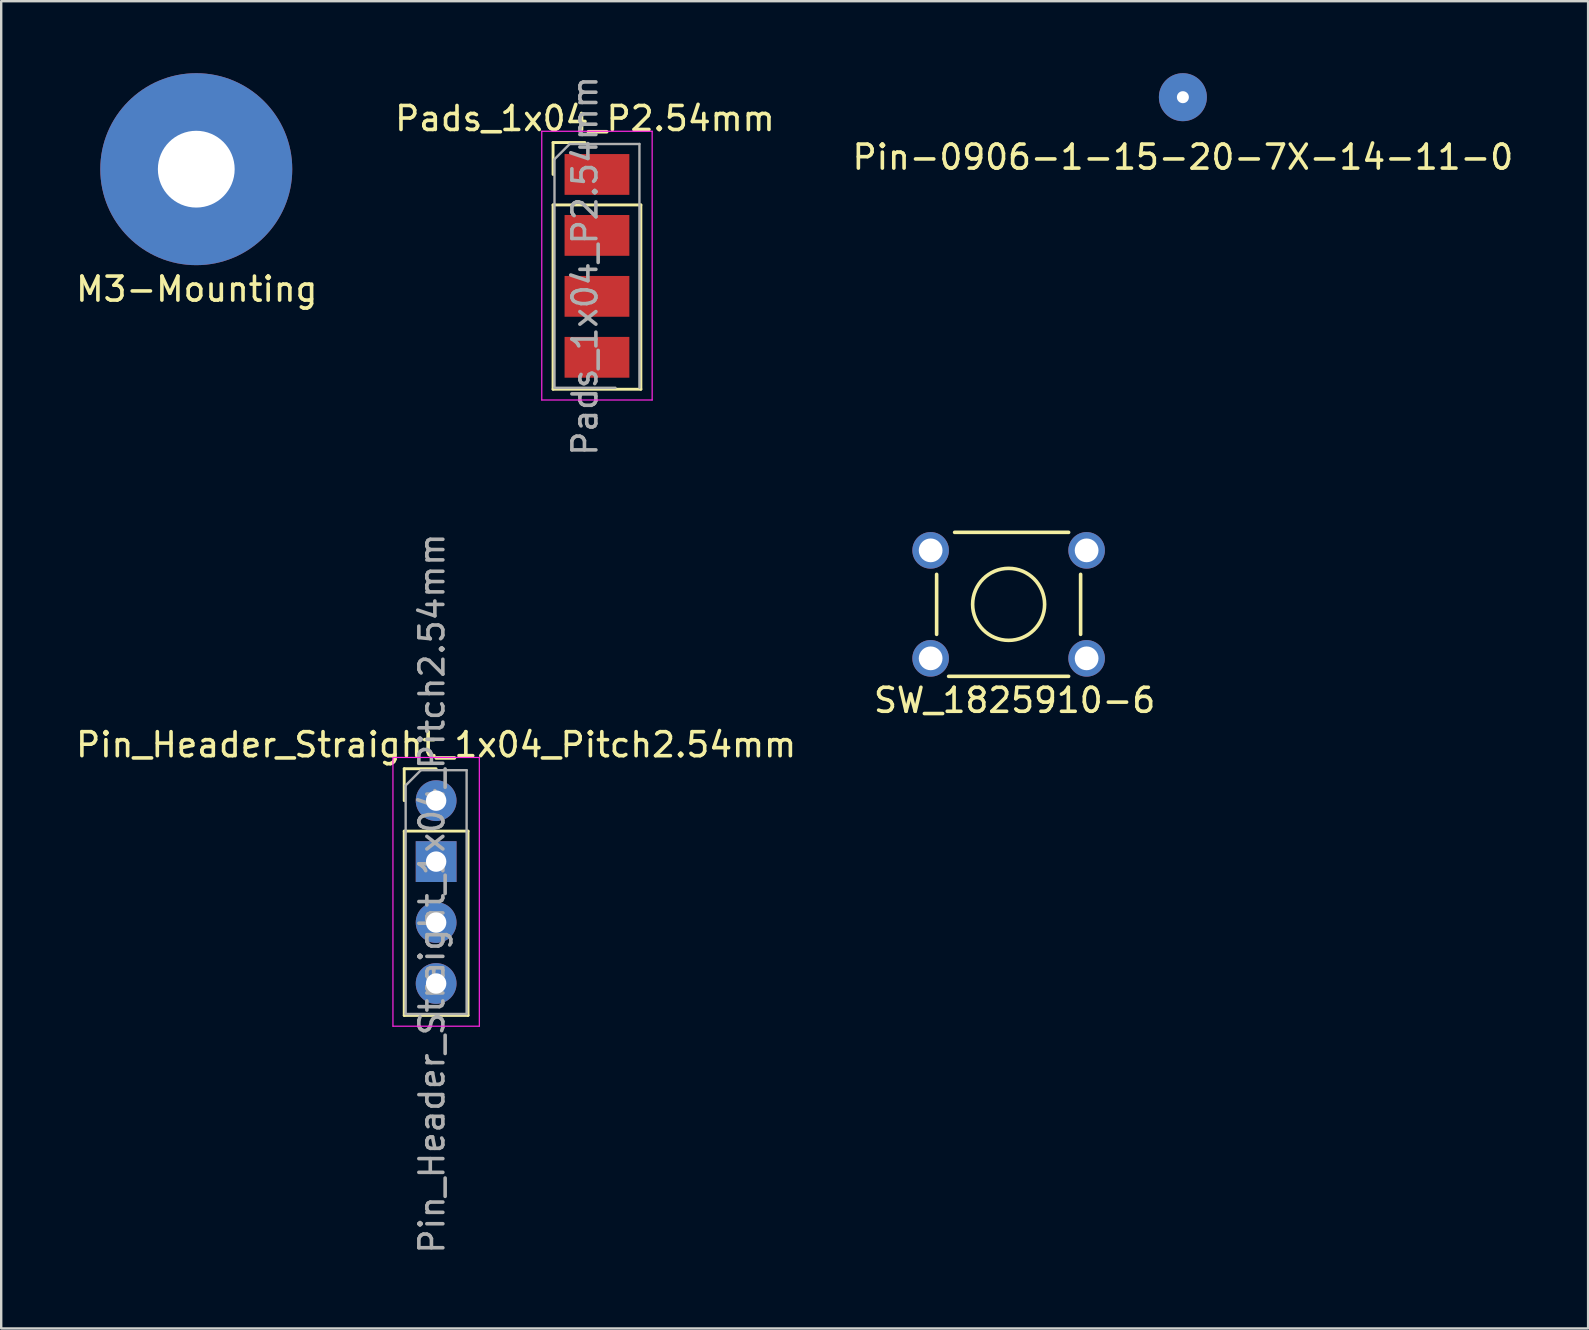
<source format=kicad_pcb>
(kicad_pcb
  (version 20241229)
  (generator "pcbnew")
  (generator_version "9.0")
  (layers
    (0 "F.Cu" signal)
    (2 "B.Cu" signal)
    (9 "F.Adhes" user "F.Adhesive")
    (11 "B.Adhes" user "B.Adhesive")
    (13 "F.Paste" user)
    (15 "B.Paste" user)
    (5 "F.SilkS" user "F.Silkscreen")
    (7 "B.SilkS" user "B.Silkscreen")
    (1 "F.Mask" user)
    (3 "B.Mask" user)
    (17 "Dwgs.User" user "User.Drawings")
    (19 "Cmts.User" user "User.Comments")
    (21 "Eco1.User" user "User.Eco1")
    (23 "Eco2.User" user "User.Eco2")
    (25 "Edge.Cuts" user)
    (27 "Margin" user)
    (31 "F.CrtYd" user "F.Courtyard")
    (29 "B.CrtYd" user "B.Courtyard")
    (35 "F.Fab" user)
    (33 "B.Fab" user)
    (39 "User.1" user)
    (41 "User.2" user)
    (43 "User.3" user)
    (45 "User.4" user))
  (footprint "Pads_1x04_P2.54mm"
    (layer "F.Cu")
    (at 21.327 4.22)
    (property "Reference" "Pads_1x04_P2.54mm" (at 0 -2.33 0) (layer "F.SilkS") (effects (font (size 1 1) (thickness 0.15))))
    (attr through_hole)
    (fp_line (start -1.33 -1.33) (end 0 -1.33) (stroke (width 0.12) (type solid)) (layer "F.SilkS"))
    (fp_line (start -1.33 0) (end -1.33 -1.33) (stroke (width 0.12) (type solid)) (layer "F.SilkS"))
    (fp_line (start -1.33 1.27) (end -1.33 8.95) (stroke (width 0.12) (type solid)) (layer "F.SilkS"))
    (fp_line (start -1.33 1.27) (end 2.33 1.27) (stroke (width 0.12) (type solid)) (layer "F.SilkS"))
    (fp_line (start -1.33 8.95) (end 2.33 8.95) (stroke (width 0.12) (type solid)) (layer "F.SilkS"))
    (fp_line (start 2.33 1.27) (end 2.33 8.95) (stroke (width 0.12) (type solid)) (layer "F.SilkS"))
    (fp_line (start -1.8 -1.8) (end -1.8 9.4) (stroke (width 0.05) (type solid)) (layer "F.CrtYd"))
    (fp_line (start -1.8 9.4) (end 2.8 9.4) (stroke (width 0.05) (type solid)) (layer "F.CrtYd"))
    (fp_line (start 2.8 -1.8) (end -1.8 -1.8) (stroke (width 0.05) (type solid)) (layer "F.CrtYd"))
    (fp_line (start 2.8 9.4) (end 2.8 -1.8) (stroke (width 0.05) (type solid)) (layer "F.CrtYd"))
    (fp_line (start -1.27 -0.635) (end -0.635 -1.27) (stroke (width 0.1) (type solid)) (layer "F.Fab"))
    (fp_line (start -1.27 8.89) (end -1.27 -0.635) (stroke (width 0.1) (type solid)) (layer "F.Fab"))
    (fp_line (start -0.635 -1.27) (end 2.27 -1.27) (stroke (width 0.1) (type solid)) (layer "F.Fab"))
    (fp_line (start 1.27 8.89) (end -1.27 8.89) (stroke (width 0.1) (type solid)) (layer "F.Fab"))
    (fp_line (start 2.27 -1.27) (end 2.27 8.89) (stroke (width 0.1) (type solid)) (layer "F.Fab"))
    (fp_text user "${REFERENCE}" (at 0 3.81 90) (layer "F.Fab") (effects (font (size 1 1) (thickness 0.15))))
    (pad "1" smd rect (at 0 0) (size 2.7 1.7) (drill (offset 0.5 0)) (layers "F.Cu" "F.Mask" "F.Paste"))
    (pad "2" smd rect (at 0 2.54) (size 2.7 1.7) (drill (offset 0.5 0)) (layers "F.Cu" "F.Mask" "F.Paste"))
    (pad "3" smd rect (at 0 5.08) (size 2.7 1.7) (drill (offset 0.5 0)) (layers "F.Cu" "F.Mask" "F.Paste"))
    (pad "4" smd rect (at 0 7.62) (size 2.7 1.7) (drill (offset 0.5 0)) (layers "F.Cu" "F.Mask" "F.Paste")))
  (footprint "SW_1825910-6"
    (layer "F.Cu")
    (at 35.732 19.885)
    (property "Reference" "SW_1825910-6" (at 3.5 6.25 0) (layer "F.SilkS") (effects (font (size 1 1) (thickness 0.15))))
    (attr through_hole)
    (fp_line (start 0.25 1) (end 0.25 3.5) (stroke (width 0.15) (type solid)) (layer "F.SilkS"))
    (fp_line (start 5.75 -0.75) (end 1 -0.75) (stroke (width 0.15) (type solid)) (layer "F.SilkS"))
    (fp_line (start 5.75 5.25) (end 0.75 5.25) (stroke (width 0.15) (type solid)) (layer "F.SilkS"))
    (fp_line (start 6.25 1) (end 6.25 3.5) (stroke (width 0.15) (type solid)) (layer "F.SilkS"))
    (fp_circle (center 3.25 2.25) (end 4.75 2.25) (stroke (width 0.15) (type solid)) (fill no) (layer "F.SilkS"))
    (pad "1" thru_hole circle (at 0 0) (size 1.524 1.524) (drill 0.99) (layers "*.Cu" "*.Mask"))
    (pad "2" thru_hole circle (at 6.5 0) (size 1.524 1.524) (drill 0.99) (layers "*.Cu" "*.Mask"))
    (pad "3" thru_hole circle (at 0 4.5) (size 1.524 1.524) (drill 0.99) (layers "*.Cu" "*.Mask"))
    (pad "4" thru_hole circle (at 6.5 4.5) (size 1.524 1.524) (drill 0.99) (layers "*.Cu" "*.Mask")))
  (footprint "M3-Mounting"
    (layer "F.Cu")
    (at 5.129 4)
    (property "Reference" "M3-Mounting" (at 0.02 5 0) (layer "F.SilkS") (effects (font (size 1 1) (thickness 0.15))))
    (attr through_hole)
    (pad "" np_thru_hole circle (at 0 0) (size 8 8) (drill 3.2) (layers "*.Cu")))
  (footprint "Pin_Header_Straight_1x04_Pitch2.54mm"
    (layer "F.Cu")
    (at 15.125 30.315)
    (property "Reference" "Pin_Header_Straight_1x04_Pitch2.54mm" (at 0 -2.33 0) (layer "F.SilkS") (effects (font (size 1 1) (thickness 0.15))))
    (attr through_hole)
    (fp_line (start -1.33 -1.33) (end 0 -1.33) (stroke (width 0.12) (type solid)) (layer "F.SilkS"))
    (fp_line (start -1.33 0) (end -1.33 -1.33) (stroke (width 0.12) (type solid)) (layer "F.SilkS"))
    (fp_line (start -1.33 1.27) (end -1.33 8.95) (stroke (width 0.12) (type solid)) (layer "F.SilkS"))
    (fp_line (start -1.33 1.27) (end 1.33 1.27) (stroke (width 0.12) (type solid)) (layer "F.SilkS"))
    (fp_line (start -1.33 8.95) (end 1.33 8.95) (stroke (width 0.12) (type solid)) (layer "F.SilkS"))
    (fp_line (start 1.33 1.27) (end 1.33 8.95) (stroke (width 0.12) (type solid)) (layer "F.SilkS"))
    (fp_line (start -1.8 -1.8) (end -1.8 9.4) (stroke (width 0.05) (type solid)) (layer "F.CrtYd"))
    (fp_line (start -1.8 9.4) (end 1.8 9.4) (stroke (width 0.05) (type solid)) (layer "F.CrtYd"))
    (fp_line (start 1.8 -1.8) (end -1.8 -1.8) (stroke (width 0.05) (type solid)) (layer "F.CrtYd"))
    (fp_line (start 1.8 9.4) (end 1.8 -1.8) (stroke (width 0.05) (type solid)) (layer "F.CrtYd"))
    (fp_line (start -1.27 -0.635) (end -0.635 -1.27) (stroke (width 0.1) (type solid)) (layer "F.Fab"))
    (fp_line (start -1.27 8.89) (end -1.27 -0.635) (stroke (width 0.1) (type solid)) (layer "F.Fab"))
    (fp_line (start -0.635 -1.27) (end 1.27 -1.27) (stroke (width 0.1) (type solid)) (layer "F.Fab"))
    (fp_line (start 1.27 -1.27) (end 1.27 8.89) (stroke (width 0.1) (type solid)) (layer "F.Fab"))
    (fp_line (start 1.27 8.89) (end -1.27 8.89) (stroke (width 0.1) (type solid)) (layer "F.Fab"))
    (fp_text user "${REFERENCE}" (at -0.175 3.87 90) (layer "F.Fab") (effects (font (size 1 1) (thickness 0.15))))
    (pad "1" thru_hole circle (at 0 0) (size 1.7 1.7) (drill 0.85) (layers "*.Cu" "*.Mask"))
    (pad "2" thru_hole rect (at 0 2.54) (size 1.7 1.7) (drill 0.85) (layers "*.Cu" "*.Mask"))
    (pad "3" thru_hole oval (at 0 5.08) (size 1.7 1.7) (drill 0.85) (layers "*.Cu" "*.Mask"))
    (pad "4" thru_hole oval (at 0 7.62) (size 1.7 1.7) (drill 0.85) (layers "*.Cu" "*.Mask")))
  (footprint "Pin-0906-1-15-20-7X-14-11-0"
    (layer "F.Cu")
    (at 46.244 1)
    (property "Reference" "Pin-0906-1-15-20-7X-14-11-0" (at 0 2.5 0) (layer "F.SilkS") (effects (font (size 1 1) (thickness 0.15))))
    (attr through_hole)
    (pad "1" thru_hole circle (at 0 0) (size 2 2) (drill 0.5) (layers "*.Cu" "*.Mask")))
  (gr_rect
    (start -3 -3)
    (end 63.131 52.31)
    (stroke (width 0.1) (type default))
    (fill no)
    (layer "Edge.Cuts")))
</source>
